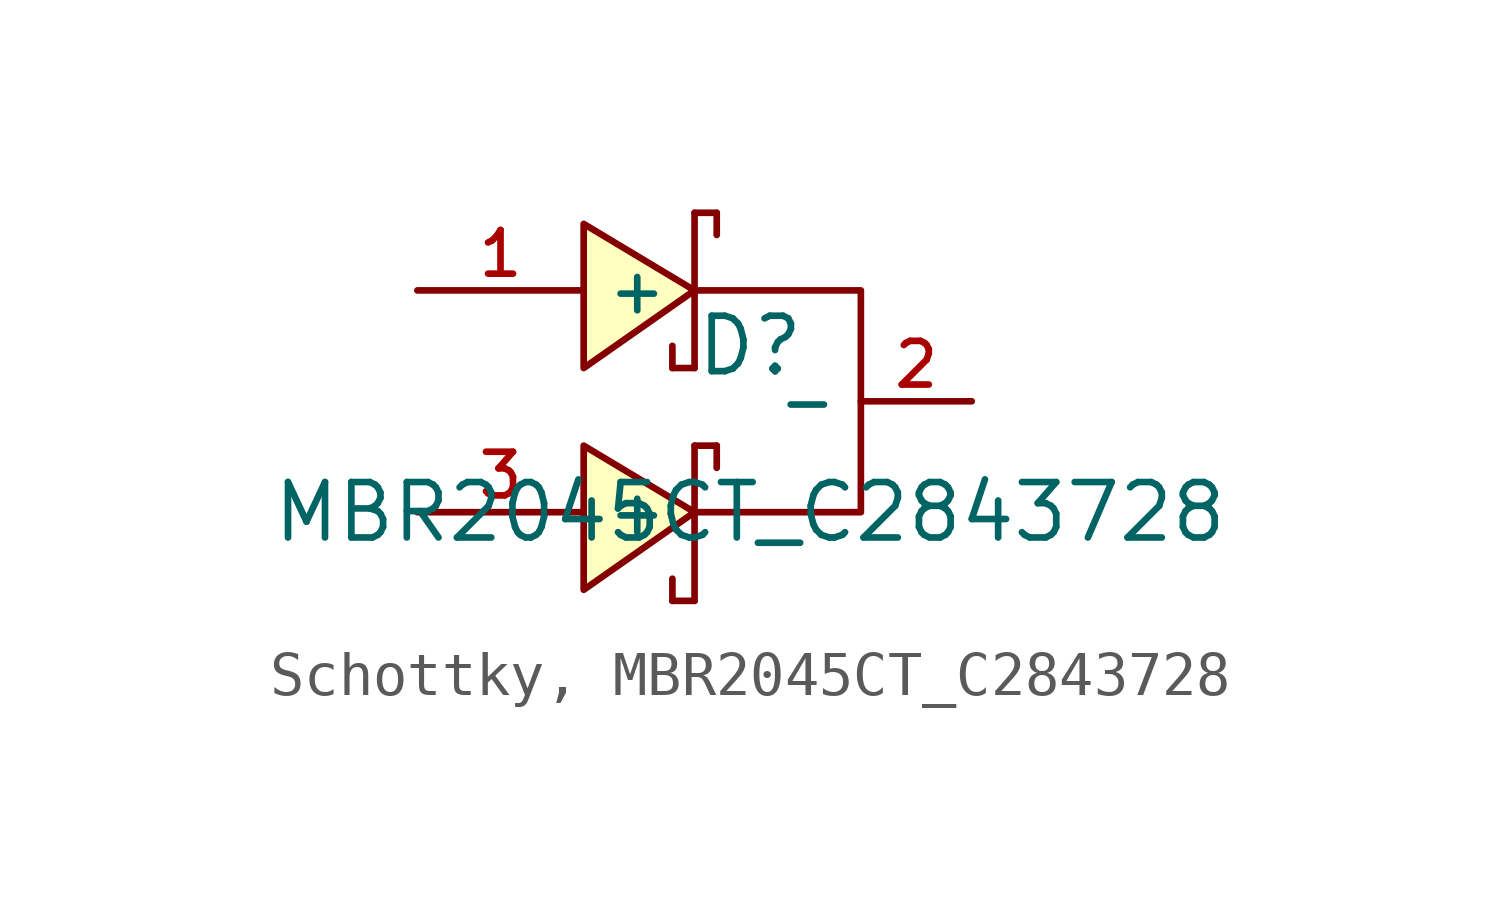
<source format=kicad_sym>
(kicad_symbol_lib
  (version 20231120)
  (generator "CDFER_Archive_Tool")
  (generator_version "0.0")
  (symbol "Schottky, MBR2045CT_C2843728"
    (property "Reference" "D"
      (at 0 1.27 0)
      (effects (font (size 1.27 1.27))))
    (property "Value" "MBR2045CT_C2843728"
      (at 0 -2.54 0)
      (effects (font (size 1.27 1.27))))
    (symbol "Schottky, MBR2045CT_C2843728_0_1"
      (polyline (pts (xy -3.81 -1.016) (xy -1.27 -2.54) (xy -3.81 -4.318) (xy -3.81 -1.016)) (stroke (width 0) (type default)) (fill (type background)))
      (polyline (pts (xy -3.81 4.064) (xy -1.27 2.54) (xy -3.81 0.762) (xy -3.81 4.064)) (stroke (width 0) (type default)) (fill (type background)))
      (polyline (pts (xy -1.27 2.54) (xy 2.54 2.54) (xy 2.54 -2.54) (xy -1.27 -2.54)) (stroke (width 0) (type default)) (fill (type none)))
      (polyline (pts (xy -1.778 -4.064) (xy -1.778 -4.064) (xy -1.778 -4.064) (xy -1.778 -4.572) (xy -1.778 -4.064) (xy -1.778 -4.064)) (stroke (width 0) (type default)) (fill (type none)))
      (polyline (pts (xy -1.778 1.27) (xy -1.778 1.27) (xy -1.778 1.27) (xy -1.778 0.762) (xy -1.778 1.27) (xy -1.778 1.27)) (stroke (width 0) (type default)) (fill (type none)))
      (polyline (pts (xy -1.27 -4.572) (xy -1.27 -4.572) (xy -1.27 -4.572) (xy -1.778 -4.572) (xy -1.27 -4.572) (xy -1.27 -4.572)) (stroke (width 0) (type default)) (fill (type none)))
      (polyline (pts (xy -1.27 -1.016) (xy -1.27 -1.016) (xy -1.27 -1.016) (xy -1.27 -4.572) (xy -1.27 -4.572) (xy -1.27 -4.572)) (stroke (width 0) (type default)) (fill (type none)))
      (polyline (pts (xy -1.27 -1.016) (xy -1.27 -1.016) (xy -1.27 -1.016) (xy -0.762 -1.016) (xy -1.27 -1.016) (xy -1.27 -1.016)) (stroke (width 0) (type default)) (fill (type none)))
      (polyline (pts (xy -1.27 0.762) (xy -1.27 0.762) (xy -1.27 0.762) (xy -1.778 0.762) (xy -1.27 0.762) (xy -1.27 0.762)) (stroke (width 0) (type default)) (fill (type none)))
      (polyline (pts (xy -1.27 4.318) (xy -1.27 4.318) (xy -1.27 4.318) (xy -1.27 0.762) (xy -1.27 0.762) (xy -1.27 0.762)) (stroke (width 0) (type default)) (fill (type none)))
      (polyline (pts (xy -1.27 4.318) (xy -1.27 4.318) (xy -1.27 4.318) (xy -0.762 4.318) (xy -1.27 4.318) (xy -1.27 4.318)) (stroke (width 0) (type default)) (fill (type none)))
      (polyline (pts (xy -0.762 -1.524) (xy -0.762 -1.524) (xy -0.762 -1.524) (xy -0.762 -1.016) (xy -0.762 -1.524) (xy -0.762 -1.524)) (stroke (width 0) (type default)) (fill (type none)))
      (polyline (pts (xy -0.762 3.81) (xy -0.762 3.81) (xy -0.762 3.81) (xy -0.762 4.318) (xy -0.762 3.81) (xy -0.762 3.81)) (stroke (width 0) (type default)) (fill (type none)))
      (pin unspecified line (at -7.62 2.54 0) (length 3.81) (name "+" (effects (font (size 1 1)))) (number "1" (effects (font (size 1 1)))))
      (pin unspecified line (at 5.08 0 180) (length 2.54) (name "-" (effects (font (size 1 1)))) (number "2" (effects (font (size 1 1)))))
      (pin unspecified line (at -7.62 -2.54 0) (length 3.81) (name "+" (effects (font (size 1 1)))) (number "3" (effects (font (size 1 1))))))))
</source>
